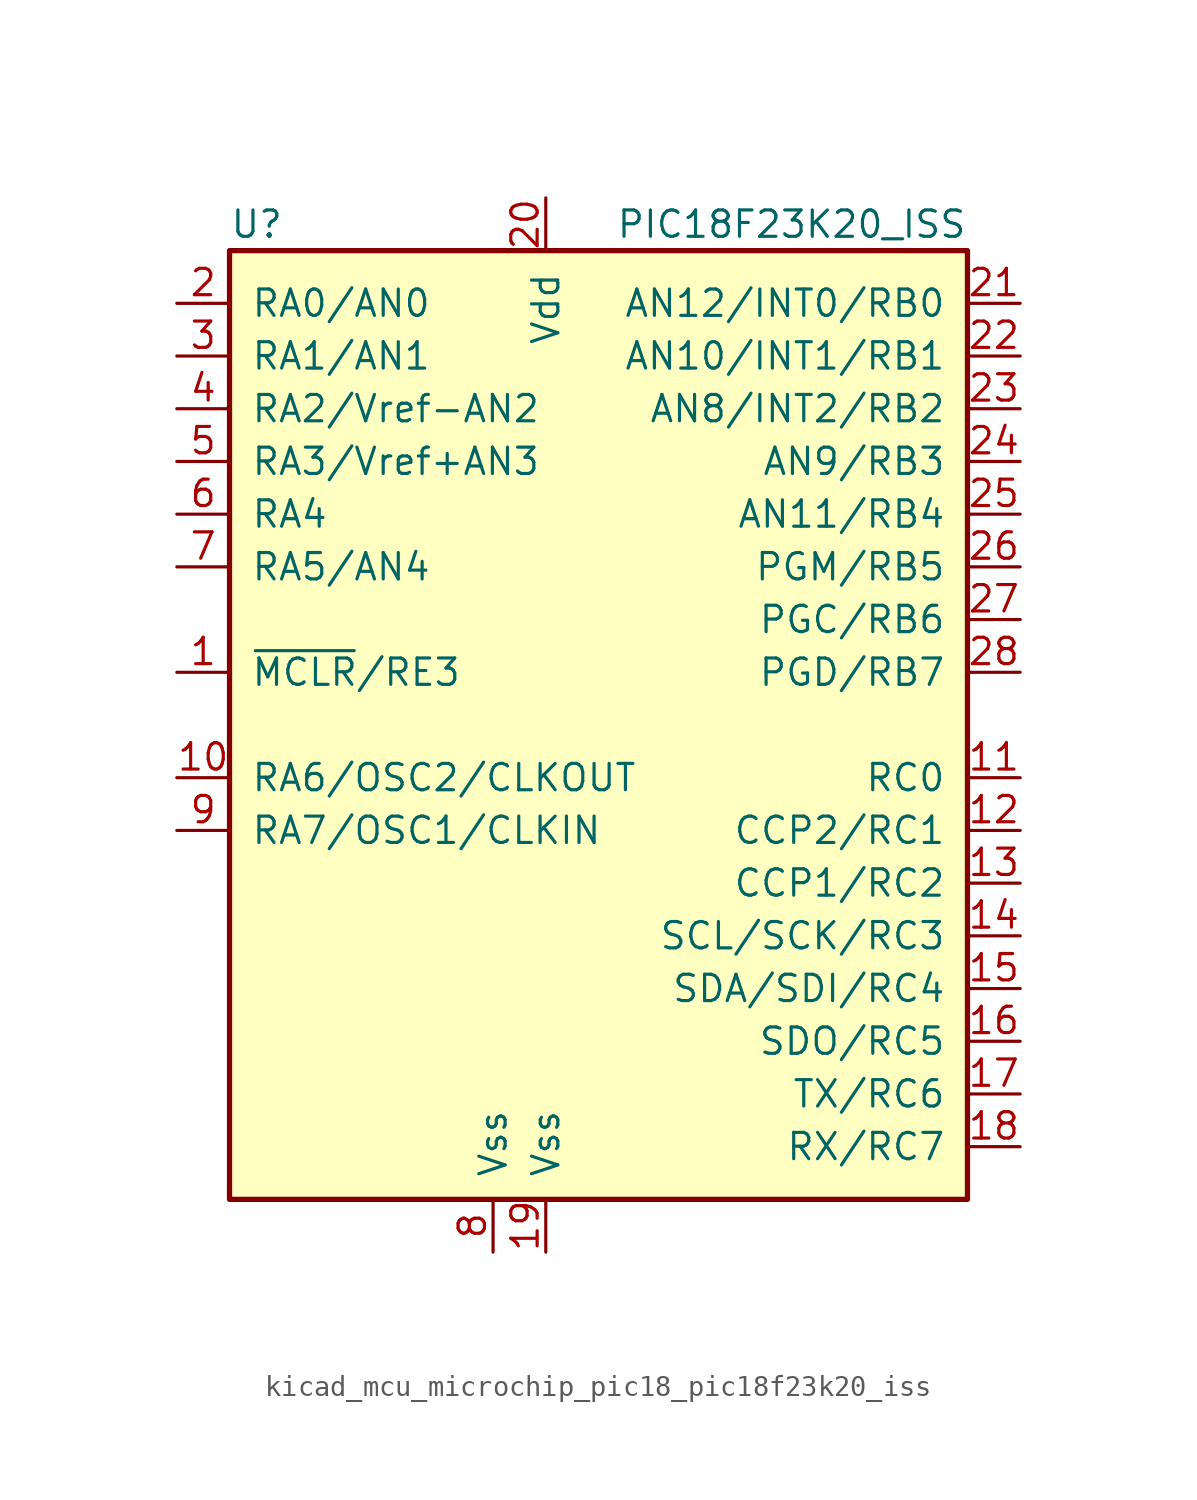
<source format=kicad_sym>
(kicad_symbol_lib
  (version 20220914)
  (generator kicad_symbol_editor)
  (symbol "kicad_mcu_microchip_pic18_pic18f23k20_iss"
    (pin_names
      (offset 1.016))
    (property "Reference" "U"
      (at -17.78 24.13 0)
      (effects (font (size 1.27 1.27)) (justify left)))
    (property "Value" "PIC18F23K20_ISS"
      (at 17.78 24.13 0)
      (effects (font (size 1.27 1.27)) (justify right)))
    (symbol "kicad_mcu_microchip_pic18_pic18f23k20_iss_0_1"
      (rectangle (start -17.78 22.86) (end 17.78 -22.86) (stroke (width 0.254) (type default)) (fill (type background))))
    (symbol "kicad_mcu_microchip_pic18_pic18f23k20_iss_1_1"
      (pin bidirectional line (at -20.32 2.54 0) (length 2.54) (name "~{MCLR}/RE3" (effects (font (size 1.27 1.27)))) (number "1" (effects (font (size 1.27 1.27)))))
      (pin input line (at -20.32 -2.54 0) (length 2.54) (name "RA6/OSC2/CLKOUT" (effects (font (size 1.27 1.27)))) (number "10" (effects (font (size 1.27 1.27)))))
      (pin bidirectional line (at 20.32 -2.54 180) (length 2.54) (name "RC0" (effects (font (size 1.27 1.27)))) (number "11" (effects (font (size 1.27 1.27)))))
      (pin bidirectional line (at 20.32 -5.08 180) (length 2.54) (name "CCP2/RC1" (effects (font (size 1.27 1.27)))) (number "12" (effects (font (size 1.27 1.27)))))
      (pin bidirectional line (at 20.32 -7.62 180) (length 2.54) (name "CCP1/RC2" (effects (font (size 1.27 1.27)))) (number "13" (effects (font (size 1.27 1.27)))))
      (pin bidirectional line (at 20.32 -10.16 180) (length 2.54) (name "SCL/SCK/RC3" (effects (font (size 1.27 1.27)))) (number "14" (effects (font (size 1.27 1.27)))))
      (pin bidirectional line (at 20.32 -12.7 180) (length 2.54) (name "SDA/SDI/RC4" (effects (font (size 1.27 1.27)))) (number "15" (effects (font (size 1.27 1.27)))))
      (pin bidirectional line (at 20.32 -15.24 180) (length 2.54) (name "SDO/RC5" (effects (font (size 1.27 1.27)))) (number "16" (effects (font (size 1.27 1.27)))))
      (pin bidirectional line (at 20.32 -17.78 180) (length 2.54) (name "TX/RC6" (effects (font (size 1.27 1.27)))) (number "17" (effects (font (size 1.27 1.27)))))
      (pin bidirectional line (at 20.32 -20.32 180) (length 2.54) (name "RX/RC7" (effects (font (size 1.27 1.27)))) (number "18" (effects (font (size 1.27 1.27)))))
      (pin power_in line (at -2.54 -25.4 90) (length 2.54) (name "Vss" (effects (font (size 1.27 1.27)))) (number "19" (effects (font (size 1.27 1.27)))))
      (pin bidirectional line (at -20.32 20.32 0) (length 2.54) (name "RA0/AN0" (effects (font (size 1.27 1.27)))) (number "2" (effects (font (size 1.27 1.27)))))
      (pin power_in line (at -2.54 25.4 270) (length 2.54) (name "Vdd" (effects (font (size 1.27 1.27)))) (number "20" (effects (font (size 1.27 1.27)))))
      (pin bidirectional line (at 20.32 20.32 180) (length 2.54) (name "AN12/INT0/RB0" (effects (font (size 1.27 1.27)))) (number "21" (effects (font (size 1.27 1.27)))))
      (pin bidirectional line (at 20.32 17.78 180) (length 2.54) (name "AN10/INT1/RB1" (effects (font (size 1.27 1.27)))) (number "22" (effects (font (size 1.27 1.27)))))
      (pin bidirectional line (at 20.32 15.24 180) (length 2.54) (name "AN8/INT2/RB2" (effects (font (size 1.27 1.27)))) (number "23" (effects (font (size 1.27 1.27)))))
      (pin bidirectional line (at 20.32 12.7 180) (length 2.54) (name "AN9/RB3" (effects (font (size 1.27 1.27)))) (number "24" (effects (font (size 1.27 1.27)))))
      (pin bidirectional line (at 20.32 10.16 180) (length 2.54) (name "AN11/RB4" (effects (font (size 1.27 1.27)))) (number "25" (effects (font (size 1.27 1.27)))))
      (pin bidirectional line (at 20.32 7.62 180) (length 2.54) (name "PGM/RB5" (effects (font (size 1.27 1.27)))) (number "26" (effects (font (size 1.27 1.27)))))
      (pin bidirectional line (at 20.32 5.08 180) (length 2.54) (name "PGC/RB6" (effects (font (size 1.27 1.27)))) (number "27" (effects (font (size 1.27 1.27)))))
      (pin bidirectional line (at 20.32 2.54 180) (length 2.54) (name "PGD/RB7" (effects (font (size 1.27 1.27)))) (number "28" (effects (font (size 1.27 1.27)))))
      (pin bidirectional line (at -20.32 17.78 0) (length 2.54) (name "RA1/AN1" (effects (font (size 1.27 1.27)))) (number "3" (effects (font (size 1.27 1.27)))))
      (pin bidirectional line (at -20.32 15.24 0) (length 2.54) (name "RA2/Vref-AN2" (effects (font (size 1.27 1.27)))) (number "4" (effects (font (size 1.27 1.27)))))
      (pin bidirectional line (at -20.32 12.7 0) (length 2.54) (name "RA3/Vref+AN3" (effects (font (size 1.27 1.27)))) (number "5" (effects (font (size 1.27 1.27)))))
      (pin power_in line (at -20.32 10.16 0) (length 2.54) (name "RA4" (effects (font (size 1.27 1.27)))) (number "6" (effects (font (size 1.27 1.27)))))
      (pin bidirectional line (at -20.32 7.62 0) (length 2.54) (name "RA5/AN4" (effects (font (size 1.27 1.27)))) (number "7" (effects (font (size 1.27 1.27)))))
      (pin power_in line (at -5.08 -25.4 90) (length 2.54) (name "Vss" (effects (font (size 1.27 1.27)))) (number "8" (effects (font (size 1.27 1.27)))))
      (pin input line (at -20.32 -5.08 0) (length 2.54) (name "RA7/OSC1/CLKIN" (effects (font (size 1.27 1.27)))) (number "9" (effects (font (size 1.27 1.27))))))))
</source>
